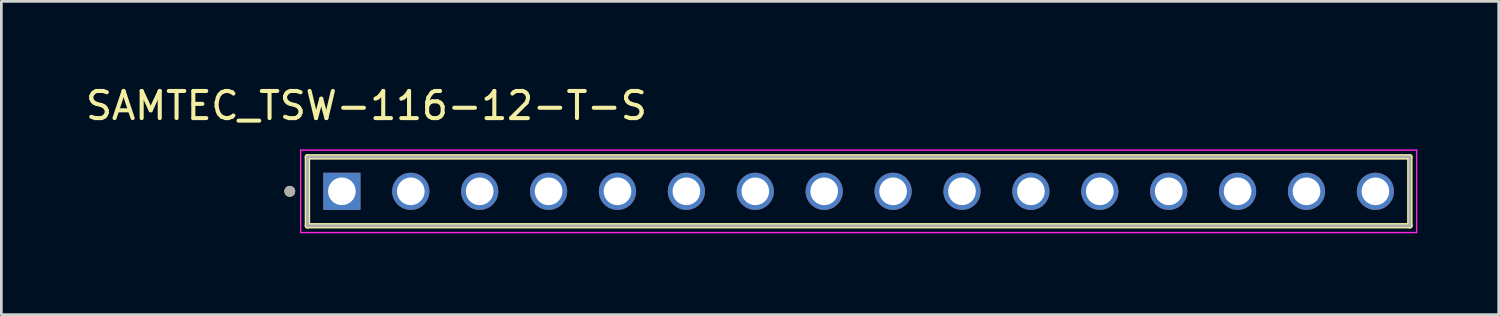
<source format=kicad_pcb>
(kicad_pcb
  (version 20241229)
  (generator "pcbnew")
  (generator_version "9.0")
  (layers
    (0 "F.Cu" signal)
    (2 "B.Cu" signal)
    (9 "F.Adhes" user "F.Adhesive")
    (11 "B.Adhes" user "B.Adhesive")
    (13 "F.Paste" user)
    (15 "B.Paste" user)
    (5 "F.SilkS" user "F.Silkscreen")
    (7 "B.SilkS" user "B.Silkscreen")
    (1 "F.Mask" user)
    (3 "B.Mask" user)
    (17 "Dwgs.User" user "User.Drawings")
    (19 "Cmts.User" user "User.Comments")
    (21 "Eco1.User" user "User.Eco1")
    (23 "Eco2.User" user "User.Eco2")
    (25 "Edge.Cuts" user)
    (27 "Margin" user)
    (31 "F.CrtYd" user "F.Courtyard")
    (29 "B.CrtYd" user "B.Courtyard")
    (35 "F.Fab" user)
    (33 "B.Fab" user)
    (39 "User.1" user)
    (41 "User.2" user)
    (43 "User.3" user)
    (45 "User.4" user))
  (footprint "SAMTEC_TSW-116-12-T-S"
    (layer "F.Cu")
    (at 9.553 4.003)
    (property "Reference" "SAMTEC_TSW-116-12-T-S" (at 0.905 -3.155 0) (layer "F.SilkS") (effects (font (size 1 1) (thickness 0.15))))
    (attr through_hole)
    (fp_line (start -1.27 1.27) (end -1.27 -1.27) (stroke (width 0.2) (type solid)) (layer "F.SilkS"))
    (fp_line (start 39.37 -1.27) (end -1.27 -1.27) (stroke (width 0.2) (type solid)) (layer "F.SilkS"))
    (fp_line (start 39.37 -1.27) (end 39.37 1.27) (stroke (width 0.2) (type solid)) (layer "F.SilkS"))
    (fp_line (start 39.37 1.27) (end -1.27 1.27) (stroke (width 0.2) (type solid)) (layer "F.SilkS"))
    (fp_circle (center -1.92 0) (end -1.82 0) (stroke (width 0.2) (type solid)) (fill no) (layer "F.SilkS"))
    (fp_line (start -1.52 -1.52) (end 39.62 -1.52) (stroke (width 0.05) (type solid)) (layer "F.CrtYd"))
    (fp_line (start -1.52 1.52) (end -1.52 -1.52) (stroke (width 0.05) (type solid)) (layer "F.CrtYd"))
    (fp_line (start 39.62 -1.52) (end 39.62 1.52) (stroke (width 0.05) (type solid)) (layer "F.CrtYd"))
    (fp_line (start 39.62 1.52) (end -1.52 1.52) (stroke (width 0.05) (type solid)) (layer "F.CrtYd"))
    (fp_line (start -1.27 -1.27) (end 39.37 -1.27) (stroke (width 0.1) (type solid)) (layer "F.Fab"))
    (fp_line (start -1.27 1.27) (end -1.27 -1.27) (stroke (width 0.1) (type solid)) (layer "F.Fab"))
    (fp_line (start 39.37 -1.27) (end 39.37 1.27) (stroke (width 0.1) (type solid)) (layer "F.Fab"))
    (fp_line (start 39.37 1.27) (end -1.27 1.27) (stroke (width 0.1) (type solid)) (layer "F.Fab"))
    (fp_circle (center -1.92 0) (end -1.82 0) (stroke (width 0.2) (type solid)) (fill no) (layer "F.Fab"))
    (pad "01" thru_hole rect (at 0 0) (size 1.37 1.37) (drill 1.02) (layers "*.Cu" "*.Mask"))
    (pad "02" thru_hole circle (at 2.54 0) (size 1.37 1.37) (drill 1.02) (layers "*.Cu" "*.Mask"))
    (pad "03" thru_hole circle (at 5.08 0) (size 1.37 1.37) (drill 1.02) (layers "*.Cu" "*.Mask"))
    (pad "04" thru_hole circle (at 7.62 0) (size 1.37 1.37) (drill 1.02) (layers "*.Cu" "*.Mask"))
    (pad "05" thru_hole circle (at 10.16 0) (size 1.37 1.37) (drill 1.02) (layers "*.Cu" "*.Mask"))
    (pad "06" thru_hole circle (at 12.7 0) (size 1.37 1.37) (drill 1.02) (layers "*.Cu" "*.Mask"))
    (pad "07" thru_hole circle (at 15.24 0) (size 1.37 1.37) (drill 1.02) (layers "*.Cu" "*.Mask"))
    (pad "08" thru_hole circle (at 17.78 0) (size 1.37 1.37) (drill 1.02) (layers "*.Cu" "*.Mask"))
    (pad "09" thru_hole circle (at 20.32 0) (size 1.37 1.37) (drill 1.02) (layers "*.Cu" "*.Mask"))
    (pad "10" thru_hole circle (at 22.86 0) (size 1.37 1.37) (drill 1.02) (layers "*.Cu" "*.Mask"))
    (pad "11" thru_hole circle (at 25.4 0) (size 1.37 1.37) (drill 1.02) (layers "*.Cu" "*.Mask"))
    (pad "12" thru_hole circle (at 27.94 0) (size 1.37 1.37) (drill 1.02) (layers "*.Cu" "*.Mask"))
    (pad "13" thru_hole circle (at 30.48 0) (size 1.37 1.37) (drill 1.02) (layers "*.Cu" "*.Mask"))
    (pad "14" thru_hole circle (at 33.02 0) (size 1.37 1.37) (drill 1.02) (layers "*.Cu" "*.Mask"))
    (pad "15" thru_hole circle (at 35.56 0) (size 1.37 1.37) (drill 1.02) (layers "*.Cu" "*.Mask"))
    (pad "16" thru_hole circle (at 38.1 0) (size 1.37 1.37) (drill 1.02) (layers "*.Cu" "*.Mask")))
  (gr_rect
    (start -3 -3)
    (end 52.198 8.548)
    (stroke (width 0.1) (type default))
    (fill no)
    (layer "Edge.Cuts")))
</source>
